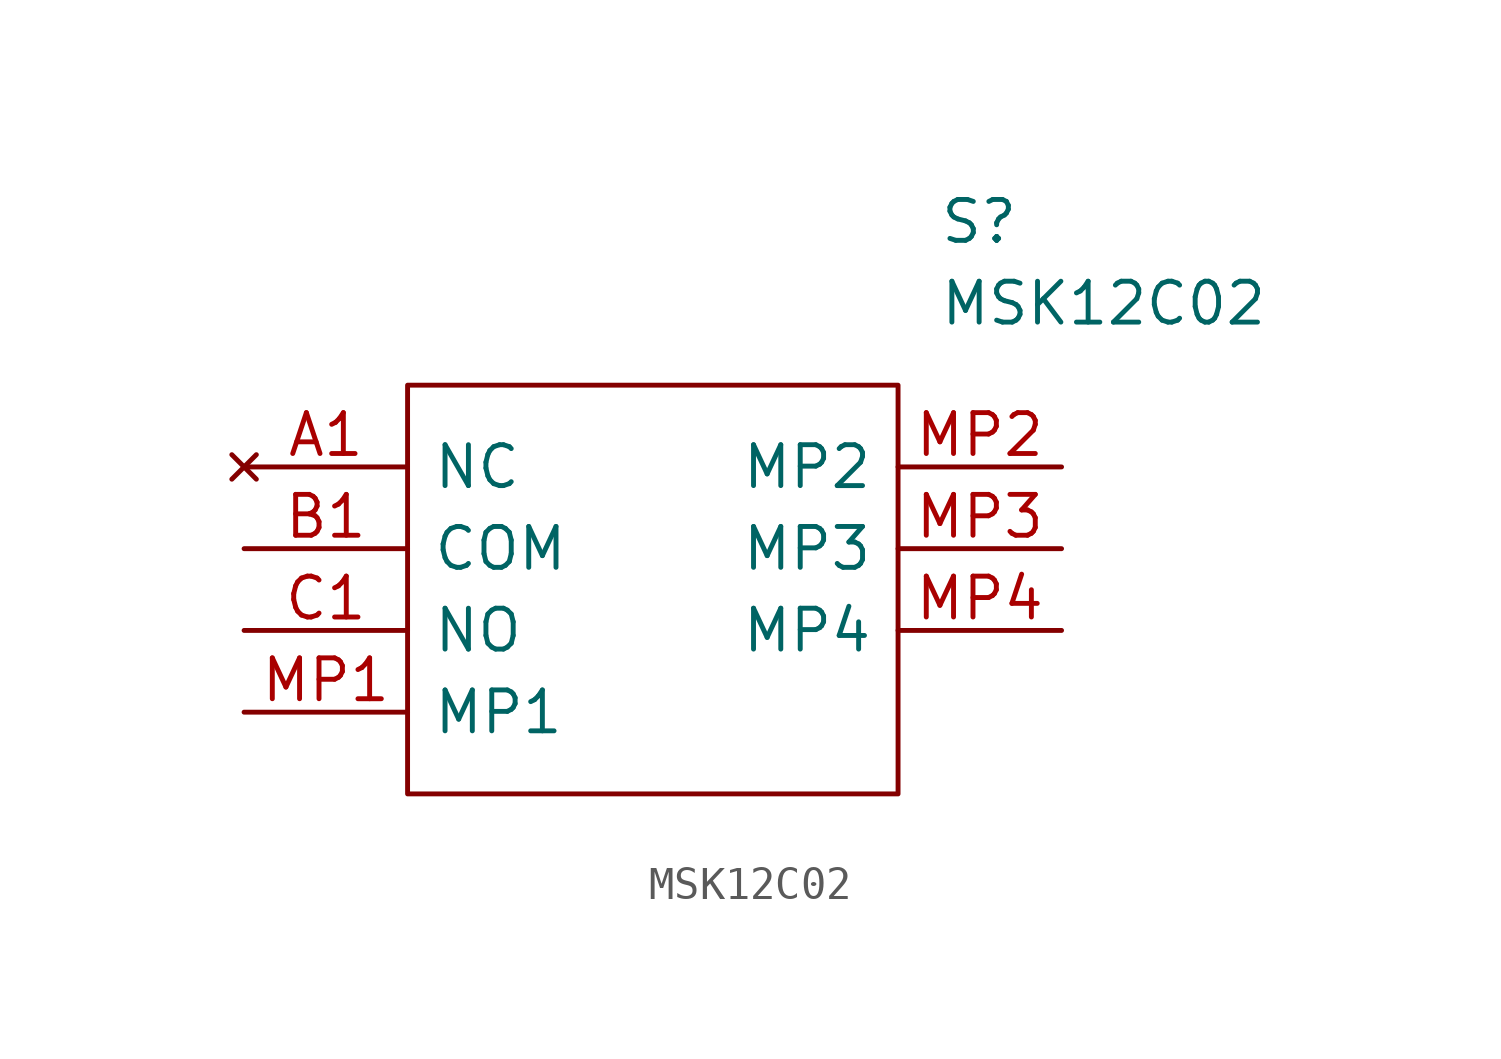
<source format=kicad_sym>
(kicad_symbol_lib
  (version 20211014)
  (generator kicad_symbol_editor)
  (symbol "MSK12C02"
    (pin_names
      (offset 0.762))
    (property "Reference" "S"
      (at 21.59 7.62 0)
      (effects (font (size 1.27 1.27)) (justify left)))
    (property "Value" "MSK12C02"
      (at 21.59 5.08 0)
      (effects (font (size 1.27 1.27)) (justify left)))
    (symbol "MSK12C02_0_0"
      (pin no_connect line (at 0 0 0) (length 5.08) (name "NC" (effects (font (size 1.27 1.27)))) (number "A1" (effects (font (size 1.27 1.27)))))
      (pin passive line (at 0 -2.54 0) (length 5.08) (name "COM" (effects (font (size 1.27 1.27)))) (number "B1" (effects (font (size 1.27 1.27)))))
      (pin passive line (at 0 -5.08 0) (length 5.08) (name "NO" (effects (font (size 1.27 1.27)))) (number "C1" (effects (font (size 1.27 1.27)))))
      (pin passive line (at 0 -7.62 0) (length 5.08) (name "MP1" (effects (font (size 1.27 1.27)))) (number "MP1" (effects (font (size 1.27 1.27)))))
      (pin passive line (at 25.4 0 180) (length 5.08) (name "MP2" (effects (font (size 1.27 1.27)))) (number "MP2" (effects (font (size 1.27 1.27)))))
      (pin passive line (at 25.4 -2.54 180) (length 5.08) (name "MP3" (effects (font (size 1.27 1.27)))) (number "MP3" (effects (font (size 1.27 1.27)))))
      (pin passive line (at 25.4 -5.08 180) (length 5.08) (name "MP4" (effects (font (size 1.27 1.27)))) (number "MP4" (effects (font (size 1.27 1.27))))))
    (symbol "MSK12C02_0_1"
      (polyline (pts (xy 5.08 2.54) (xy 20.32 2.54) (xy 20.32 -10.16) (xy 5.08 -10.16) (xy 5.08 2.54)) (stroke (width 0.152) (type default) (color 0 0 0 0)) (fill (type none))))))
</source>
